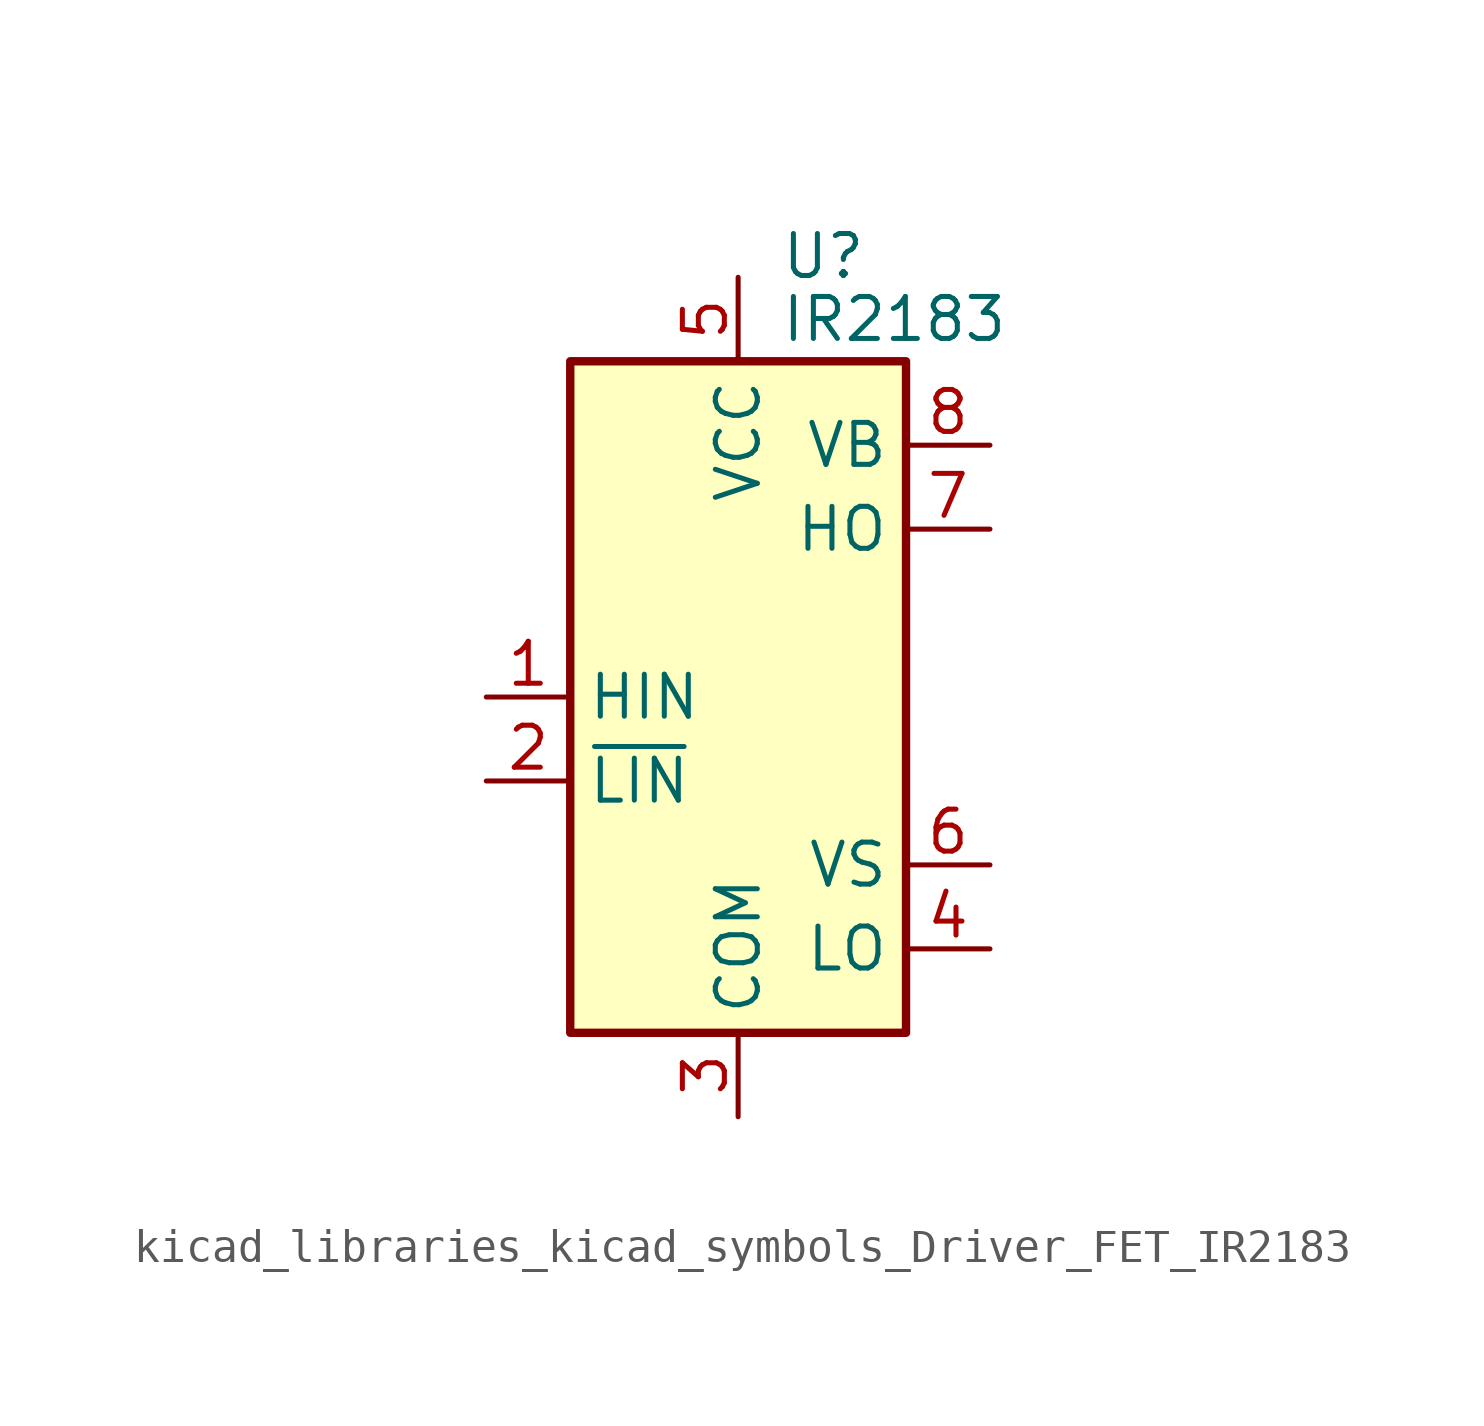
<source format=kicad_sym>
(kicad_symbol_lib
  (version 20220914)
  (generator kicad_symbol_editor)
  (symbol "kicad_libraries_kicad_symbols_Driver_FET_IR2183"
    (property "Reference" "U"
      (at 1.27 13.335 0)
      (effects (font (size 1.27 1.27)) (justify left)))
    (property "Value" "IR2183"
      (at 1.27 11.43 0)
      (effects (font (size 1.27 1.27)) (justify left)))
    (symbol "kicad_libraries_kicad_symbols_Driver_FET_IR2183_0_1"
      (rectangle (start -5.08 -10.16) (end 5.08 10.16) (stroke (width 0.254) (type default)) (fill (type background))))
    (symbol "kicad_libraries_kicad_symbols_Driver_FET_IR2183_1_1"
      (pin input line (at -7.62 0 0) (length 2.54) (name "HIN" (effects (font (size 1.27 1.27)))) (number "1" (effects (font (size 1.27 1.27)))))
      (pin input line (at -7.62 -2.54 0) (length 2.54) (name "~{LIN}" (effects (font (size 1.27 1.27)))) (number "2" (effects (font (size 1.27 1.27)))))
      (pin power_in line (at 0 -12.7 90) (length 2.54) (name "COM" (effects (font (size 1.27 1.27)))) (number "3" (effects (font (size 1.27 1.27)))))
      (pin output line (at 7.62 -7.62 180) (length 2.54) (name "LO" (effects (font (size 1.27 1.27)))) (number "4" (effects (font (size 1.27 1.27)))))
      (pin power_in line (at 0 12.7 270) (length 2.54) (name "VCC" (effects (font (size 1.27 1.27)))) (number "5" (effects (font (size 1.27 1.27)))))
      (pin passive line (at 7.62 -5.08 180) (length 2.54) (name "VS" (effects (font (size 1.27 1.27)))) (number "6" (effects (font (size 1.27 1.27)))))
      (pin output line (at 7.62 5.08 180) (length 2.54) (name "HO" (effects (font (size 1.27 1.27)))) (number "7" (effects (font (size 1.27 1.27)))))
      (pin passive line (at 7.62 7.62 180) (length 2.54) (name "VB" (effects (font (size 1.27 1.27)))) (number "8" (effects (font (size 1.27 1.27))))))))
</source>
